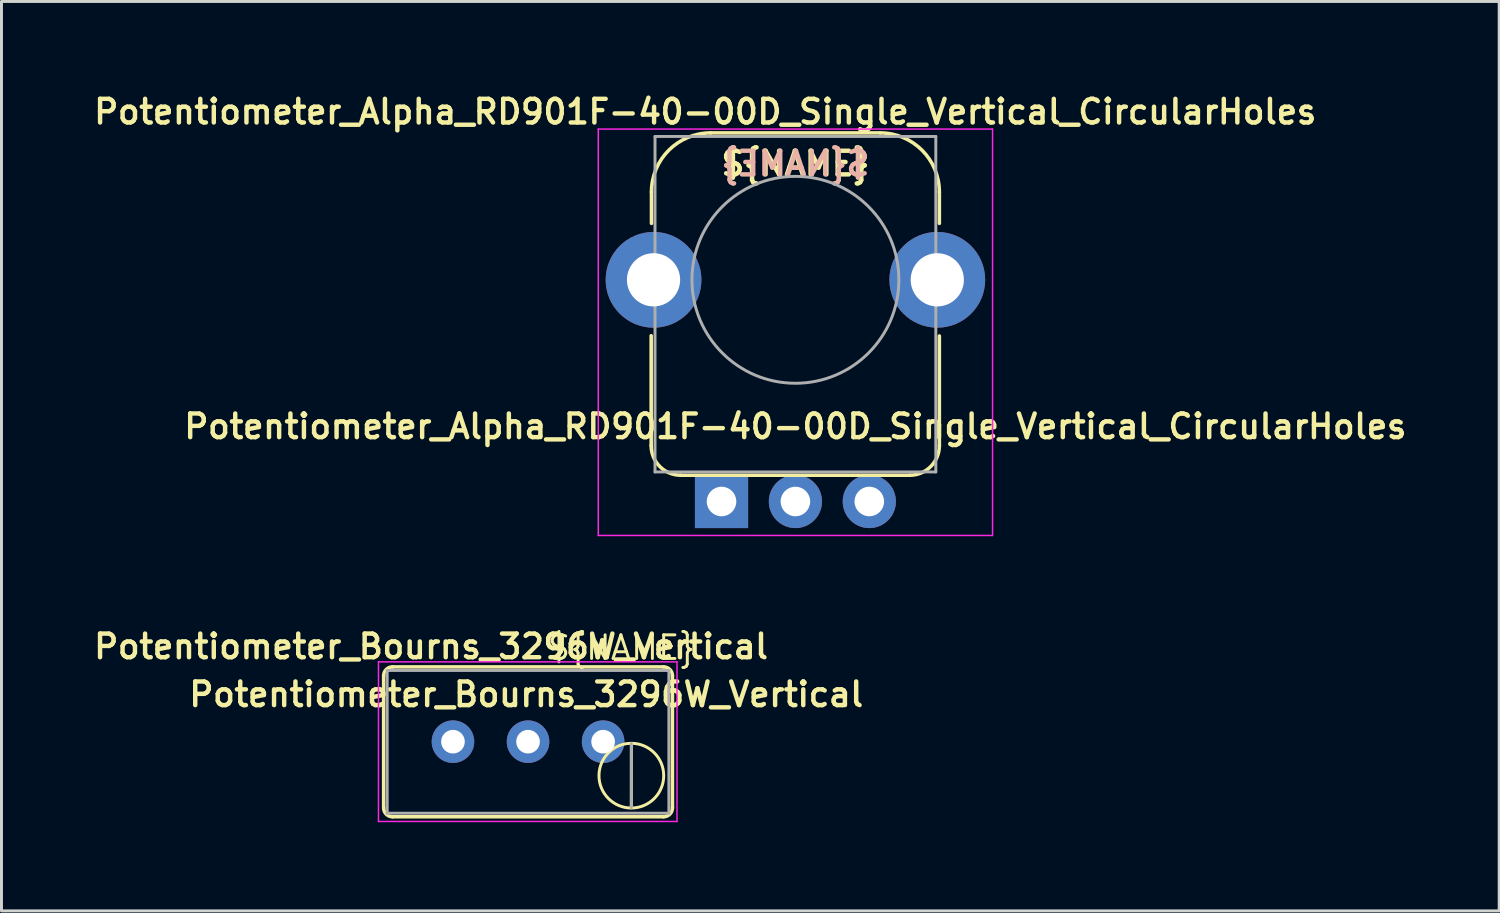
<source format=kicad_pcb>
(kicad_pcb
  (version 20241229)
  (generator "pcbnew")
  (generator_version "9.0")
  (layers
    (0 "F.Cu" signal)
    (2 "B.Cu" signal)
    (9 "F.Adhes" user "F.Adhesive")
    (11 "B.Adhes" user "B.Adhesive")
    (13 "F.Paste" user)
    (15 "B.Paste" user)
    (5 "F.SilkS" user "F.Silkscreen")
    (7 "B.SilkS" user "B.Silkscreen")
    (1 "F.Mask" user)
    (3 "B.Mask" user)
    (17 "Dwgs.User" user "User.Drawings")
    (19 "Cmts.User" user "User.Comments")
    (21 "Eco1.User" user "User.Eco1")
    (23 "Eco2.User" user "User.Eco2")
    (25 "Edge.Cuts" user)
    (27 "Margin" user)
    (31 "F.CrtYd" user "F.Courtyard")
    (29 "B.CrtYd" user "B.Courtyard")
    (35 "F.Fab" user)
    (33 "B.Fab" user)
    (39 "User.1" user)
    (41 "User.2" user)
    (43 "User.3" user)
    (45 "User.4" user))
  (footprint "Potentiometer_Alpha_RD901F-40-00D_Single_Vertical_CircularHoles"
    (layer "F.Cu")
    (at 23.861 13.917)
    (property "Reference" "Potentiometer_Alpha_RD901F-40-00D_Single_Vertical_CircularHoles" (at -3.049 -13.186 180) (layer "F.SilkS") (effects (font (size 0.8 0.8) (thickness 0.15))))
    (attr through_hole)
    (fp_line (start -4.88 -1.889) (end -4.88 -5.609) (stroke (width 0.12) (type solid)) (layer "F.SilkS"))
    (fp_line (start -4.87 -9.41) (end -4.87 -10.47) (stroke (width 0.12) (type solid)) (layer "F.SilkS"))
    (fp_line (start 2.87 -12.47) (end -2.87 -12.47) (stroke (width 0.12) (type solid)) (layer "F.SilkS"))
    (fp_line (start 3.87 -0.889) (end -3.88 -0.889) (stroke (width 0.12) (type solid)) (layer "F.SilkS"))
    (fp_line (start 4.87 -9.41) (end 4.87 -10.47) (stroke (width 0.12) (type solid)) (layer "F.SilkS"))
    (fp_line (start 4.87 -1.889) (end 4.87 -5.6) (stroke (width 0.12) (type solid)) (layer "F.SilkS"))
    (fp_arc (start -4.87 -10.47) (mid -4.284214 -11.884214) (end -2.87 -12.47) (stroke (width 0.12) (type default)) (layer "F.SilkS"))
    (fp_arc (start -3.88 -0.889) (mid -4.587107 -1.181893) (end -4.88 -1.889) (stroke (width 0.12) (type default)) (layer "F.SilkS"))
    (fp_arc (start 2.87 -12.47) (mid 4.284214 -11.884214) (end 4.87 -10.47) (stroke (width 0.12) (type default)) (layer "F.SilkS"))
    (fp_arc (start 4.87 -1.889) (mid 4.577107 -1.181893) (end 3.87 -0.889) (stroke (width 0.12) (type default)) (layer "F.SilkS"))
    (fp_line (start -6.67 -12.6) (end -6.67 1.15) (stroke (width 0.05) (type solid)) (layer "F.CrtYd"))
    (fp_line (start -6.67 1.15) (end 6.67 1.15) (stroke (width 0.05) (type solid)) (layer "F.CrtYd"))
    (fp_line (start 6.67 -12.6) (end -6.67 -12.6) (stroke (width 0.05) (type solid)) (layer "F.CrtYd"))
    (fp_line (start 6.67 1.15) (end 6.67 -12.6) (stroke (width 0.05) (type solid)) (layer "F.CrtYd"))
    (fp_line (start -4.75 -1) (end -4.75 -12.35) (stroke (width 0.1) (type solid)) (layer "F.Fab"))
    (fp_line (start 4.75 -12.35) (end -4.75 -12.35) (stroke (width 0.1) (type solid)) (layer "F.Fab"))
    (fp_line (start 4.75 -1) (end -4.75 -1) (stroke (width 0.1) (type solid)) (layer "F.Fab"))
    (fp_line (start 4.75 -1) (end 4.75 -12.35) (stroke (width 0.1) (type solid)) (layer "F.Fab"))
    (fp_circle (center 0 -7.5) (end -3.5 -7.5) (stroke (width 0.1) (type solid)) (fill no) (layer "F.Fab"))
    (fp_text user "${NAME}" (at 0 -11.43 180) (layer "F.SilkS") (effects (font (size 0.8 0.8) (thickness 0.15))))
    (fp_text user "${REFERENCE}" (at 0 -2.54 180) (layer "F.SilkS") (effects (font (size 0.8 0.8) (thickness 0.15))))
    (fp_text user "${NAME}" (at 0 -11.43 180) (layer "B.SilkS") (effects (font (size 0.8 0.8) (thickness 0.15)) (justify mirror)))
    (pad "" thru_hole circle (at -4.8 -7.5 180) (size 3.24 3.24) (drill 1.8) (layers "*.Cu" "*.Mask"))
    (pad "" thru_hole circle (at 4.8 -7.5 180) (size 3.24 3.24) (drill 1.8) (layers "*.Cu" "*.Mask"))
    (pad "1" thru_hole rect (at -2.5 0 180) (size 1.8 1.8) (drill 1) (layers "*.Cu" "*.Mask"))
    (pad "2" thru_hole circle (at 0 0 180) (size 1.8 1.8) (drill 1) (layers "*.Cu" "*.Mask"))
    (pad "3" thru_hole circle (at 2.5 0 180) (size 1.8 1.8) (drill 1) (layers "*.Cu" "*.Mask")))
  (footprint "Potentiometer_Bourns_3296W_Vertical"
    (layer "F.Cu")
    (at 17.355 22.043)
    (property "Reference" "Potentiometer_Bourns_3296W_Vertical" (at -5.82 -3.22 0) (layer "F.SilkS") (effects (font (size 0.8 0.8) (thickness 0.15))))
    (attr through_hole)
    (fp_line (start -7.425 -2.23) (end -7.425 2.24) (stroke (width 0.12) (type solid)) (layer "F.SilkS"))
    (fp_line (start -7.125 -2.53) (end 2.045 -2.53) (stroke (width 0.12) (type solid)) (layer "F.SilkS"))
    (fp_line (start -7.125 2.54) (end 2.045 2.54) (stroke (width 0.12) (type solid)) (layer "F.SilkS"))
    (fp_line (start 0.955 2.235) (end 0.956 0.066) (stroke (width 0.1) (type solid)) (layer "F.SilkS"))
    (fp_line (start 2.345 -2.23) (end 2.345 2.24) (stroke (width 0.12) (type solid)) (layer "F.SilkS"))
    (fp_arc (start -7.425 -2.23) (mid -7.337132 -2.442132) (end -7.125 -2.53) (stroke (width 0.12) (type default)) (layer "F.SilkS"))
    (fp_arc (start -7.125 2.54) (mid -7.337132 2.452132) (end -7.425 2.24) (stroke (width 0.12) (type default)) (layer "F.SilkS"))
    (fp_arc (start 2.045 -2.53) (mid 2.257132 -2.442132) (end 2.345 -2.23) (stroke (width 0.12) (type default)) (layer "F.SilkS"))
    (fp_arc (start 2.345 2.24) (mid 2.257132 2.452132) (end 2.045 2.54) (stroke (width 0.12) (type default)) (layer "F.SilkS"))
    (fp_circle (center 0.955 1.15) (end 2.05 1.15) (stroke (width 0.1) (type solid)) (fill no) (layer "F.SilkS"))
    (fp_line (start -7.6 -2.7) (end -7.6 2.7) (stroke (width 0.05) (type solid)) (layer "F.CrtYd"))
    (fp_line (start -7.6 2.7) (end 2.5 2.7) (stroke (width 0.05) (type solid)) (layer "F.CrtYd"))
    (fp_line (start 2.5 -2.7) (end -7.6 -2.7) (stroke (width 0.05) (type solid)) (layer "F.CrtYd"))
    (fp_line (start 2.5 2.7) (end 2.5 -2.7) (stroke (width 0.05) (type solid)) (layer "F.CrtYd"))
    (fp_line (start -7.305 -2.41) (end -7.305 2.42) (stroke (width 0.1) (type solid)) (layer "F.Fab"))
    (fp_line (start -7.305 2.42) (end 2.225 2.42) (stroke (width 0.1) (type solid)) (layer "F.Fab"))
    (fp_line (start 0.955 2.235) (end 0.956 0.066) (stroke (width 0.1) (type solid)) (layer "F.Fab"))
    (fp_line (start 2.225 -2.41) (end -7.305 -2.41) (stroke (width 0.1) (type solid)) (layer "F.Fab"))
    (fp_line (start 2.225 2.42) (end 2.225 -2.41) (stroke (width 0.1) (type solid)) (layer "F.Fab"))
    (fp_text user "${REFERENCE}" (at -2.6 -1.6 0) (layer "F.SilkS") (effects (font (size 0.8 0.8) (thickness 0.15))))
    (fp_text user "${NAME}" (at 0.62 -3.18 0) (layer "F.SilkS") (effects (font (size 0.8 0.8) (thickness 0.1))))
    (pad "1" thru_hole circle (at 0 0) (size 1.44 1.44) (drill 0.8) (layers "*.Cu" "*.Mask"))
    (pad "2" thru_hole circle (at -2.54 0) (size 1.44 1.44) (drill 0.8) (layers "*.Cu" "*.Mask"))
    (pad "3" thru_hole circle (at -5.08 0) (size 1.44 1.44) (drill 0.8) (layers "*.Cu" "*.Mask")))
  (gr_rect
    (start -3 -3)
    (end 47.672 27.768)
    (stroke (width 0.1) (type default))
    (fill no)
    (layer "Edge.Cuts")))
</source>
